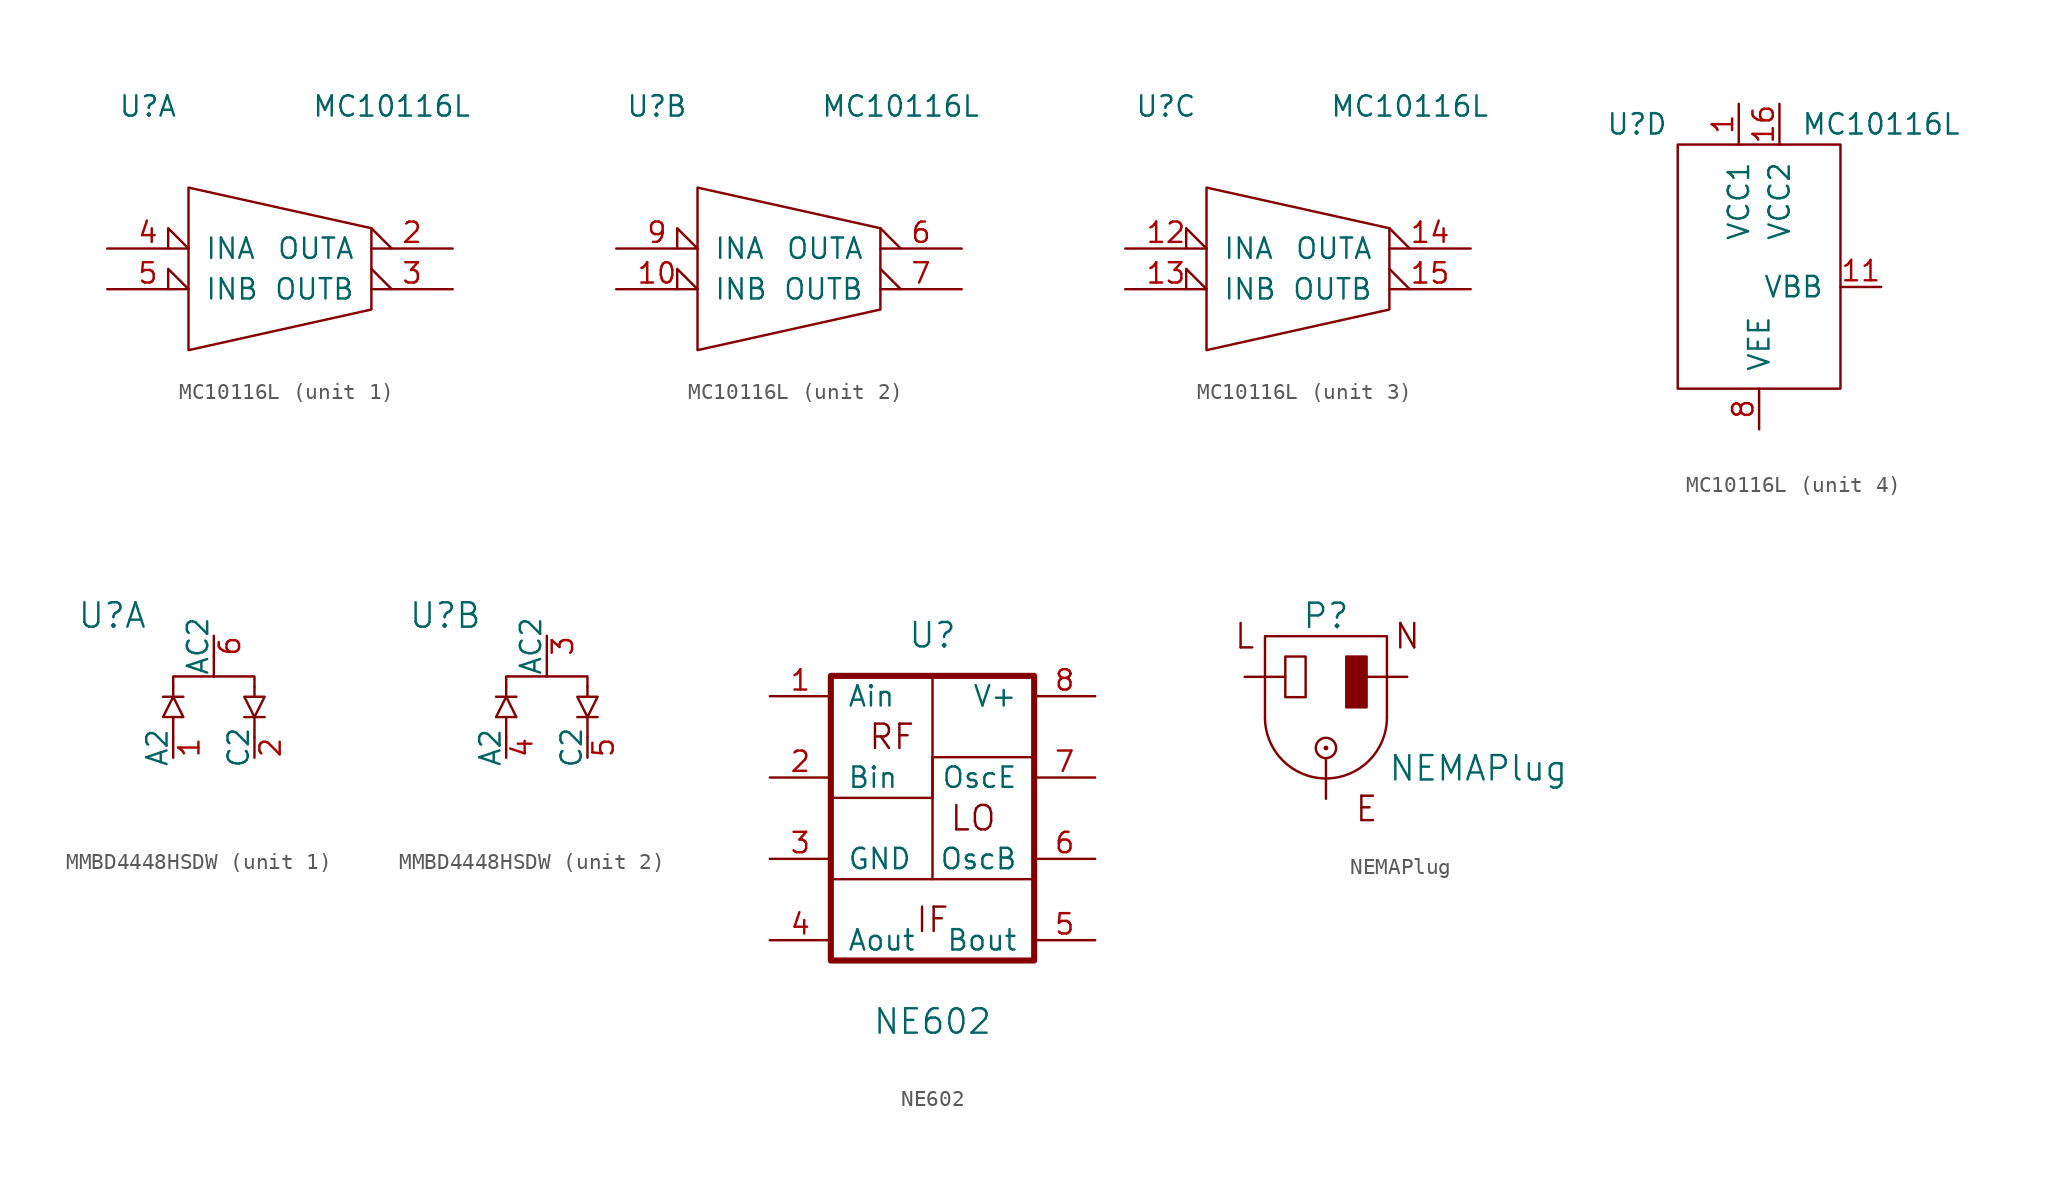
<source format=kicad_sym>
(kicad_symbol_lib
  (version 20211014)
  (generator kicad_symbol_editor)
  (symbol "MC10116L"
    (pin_names
      (offset 1.016))
    (property "Reference" "U"
      (at -7.62 10.16 0)
      (effects (font (size 1.27 1.27))))
    (property "Value" "MC10116L"
      (at 7.62 10.16 0)
      (effects (font (size 1.27 1.27))))
    (property "ki_locked" ""
      (at 0 0 0)
      (effects (font (size 1.27 1.27))))
    (symbol "MC10116L_1_1"
      (polyline (pts (xy 6.35 -2.54) (xy -5.08 -5.08) (xy -5.08 5.08) (xy 6.35 2.54) (xy 6.35 0) (xy 6.35 -2.54)) (stroke (width 0) (type default) (color 0 0 0 0)) (fill (type none)))
      (pin input output_low (at 11.43 1.27 180) (length 5.08) (name "OUTA" (effects (font (size 1.27 1.27)))) (number "2" (effects (font (size 1.27 1.27)))))
      (pin input output_low (at 11.43 -1.27 180) (length 5.08) (name "OUTB" (effects (font (size 1.27 1.27)))) (number "3" (effects (font (size 1.27 1.27)))))
      (pin input input_low (at -10.16 1.27 0) (length 5.08) (name "INA" (effects (font (size 1.27 1.27)))) (number "4" (effects (font (size 1.27 1.27)))))
      (pin input input_low (at -10.16 -1.27 0) (length 5.08) (name "INB" (effects (font (size 1.27 1.27)))) (number "5" (effects (font (size 1.27 1.27))))))
    (symbol "MC10116L_2_1"
      (polyline (pts (xy 6.35 -2.54) (xy -5.08 -5.08) (xy -5.08 5.08) (xy 6.35 2.54) (xy 6.35 0) (xy 6.35 -2.54)) (stroke (width 0) (type default) (color 0 0 0 0)) (fill (type none)))
      (pin input input_low (at -10.16 -1.27 0) (length 5.08) (name "INB" (effects (font (size 1.27 1.27)))) (number "10" (effects (font (size 1.27 1.27)))))
      (pin input output_low (at 11.43 1.27 180) (length 5.08) (name "OUTA" (effects (font (size 1.27 1.27)))) (number "6" (effects (font (size 1.27 1.27)))))
      (pin input output_low (at 11.43 -1.27 180) (length 5.08) (name "OUTB" (effects (font (size 1.27 1.27)))) (number "7" (effects (font (size 1.27 1.27)))))
      (pin input input_low (at -10.16 1.27 0) (length 5.08) (name "INA" (effects (font (size 1.27 1.27)))) (number "9" (effects (font (size 1.27 1.27))))))
    (symbol "MC10116L_3_1"
      (polyline (pts (xy 6.35 -2.54) (xy -5.08 -5.08) (xy -5.08 5.08) (xy 6.35 2.54) (xy 6.35 0) (xy 6.35 -2.54)) (stroke (width 0) (type default) (color 0 0 0 0)) (fill (type none)))
      (pin input input_low (at -10.16 1.27 0) (length 5.08) (name "INA" (effects (font (size 1.27 1.27)))) (number "12" (effects (font (size 1.27 1.27)))))
      (pin input input_low (at -10.16 -1.27 0) (length 5.08) (name "INB" (effects (font (size 1.27 1.27)))) (number "13" (effects (font (size 1.27 1.27)))))
      (pin input output_low (at 11.43 1.27 180) (length 5.08) (name "OUTA" (effects (font (size 1.27 1.27)))) (number "14" (effects (font (size 1.27 1.27)))))
      (pin input output_low (at 11.43 -1.27 180) (length 5.08) (name "OUTB" (effects (font (size 1.27 1.27)))) (number "15" (effects (font (size 1.27 1.27))))))
    (symbol "MC10116L_4_1"
      (rectangle (start 5.08 8.89) (end -5.08 -6.35) (stroke (width 0) (type default) (color 0 0 0 0)) (fill (type none)))
      (pin power_in line (at -1.27 11.43 270) (length 2.54) (name "VCC1" (effects (font (size 1.27 1.27)))) (number "1" (effects (font (size 1.27 1.27)))))
      (pin input line (at 7.62 0 180) (length 2.54) (name "VBB" (effects (font (size 1.27 1.27)))) (number "11" (effects (font (size 1.27 1.27)))))
      (pin power_in line (at 1.27 11.43 270) (length 2.54) (name "VCC2" (effects (font (size 1.27 1.27)))) (number "16" (effects (font (size 1.27 1.27)))))
      (pin power_in line (at 0 -8.89 90) (length 2.54) (name "VEE" (effects (font (size 1.27 1.27)))) (number "8" (effects (font (size 1.27 1.27)))))))
  (symbol "MMBD4448HSDW"
    (pin_names
      (offset 0))
    (property "Reference" "U"
      (at -6.35 5.08 0)
      (effects (font (size 1.524 1.524))))
    (property "Footprint" ""
      (at 5.08 -7.62 0)
      (effects (font (size 1.524 1.524))))
    (property "Datasheet" ""
      (at 5.08 -7.62 0)
      (effects (font (size 1.524 1.524))))
    (symbol "MMBD4448HSDW_0_1"
      (polyline (pts (xy -2.54 -2.54) (xy -2.54 -1.27)) (stroke (width 0) (type default) (color 0 0 0 0)) (fill (type none)))
      (polyline (pts (xy 0 1.27) (xy 0 2.54)) (stroke (width 0) (type default) (color 0 0 0 0)) (fill (type none)))
      (polyline (pts (xy 2.54 0) (xy 2.54 0.635)) (stroke (width 0) (type default) (color 0 0 0 0)) (fill (type none)))
      (polyline (pts (xy -2.54 0.635) (xy -2.54 0) (xy -3.175 0)) (stroke (width 0) (type default) (color 0 0 0 0)) (fill (type none)))
      (polyline (pts (xy 1.905 -1.27) (xy 2.54 -1.27) (xy 2.54 -2.54)) (stroke (width 0) (type default) (color 0 0 0 0)) (fill (type none)))
      (polyline (pts (xy -2.54 0.635) (xy -2.54 1.27) (xy 2.54 1.27) (xy 2.54 0.635)) (stroke (width 0) (type default) (color 0 0 0 0)) (fill (type none)))
      (polyline (pts (xy -1.905 0) (xy -2.54 0) (xy -3.175 -1.27) (xy -1.905 -1.27) (xy -2.54 0)) (stroke (width 0) (type default) (color 0 0 0 0)) (fill (type none)))
      (polyline (pts (xy 3.175 -1.27) (xy 2.54 -1.27) (xy 1.905 0) (xy 3.175 0) (xy 2.54 -1.27)) (stroke (width 0) (type default) (color 0 0 0 0)) (fill (type none))))
    (symbol "MMBD4448HSDW_1_1"
      (pin passive line (at -2.54 -3.81 90) (length 1.27) (name "A2" (effects (font (size 1.27 1.27)))) (number "1" (effects (font (size 1.27 1.27)))))
      (pin passive line (at 2.54 -3.81 90) (length 1.27) (name "C2" (effects (font (size 1.27 1.27)))) (number "2" (effects (font (size 1.27 1.27)))))
      (pin passive line (at 0 3.81 270) (length 1.27) (name "AC2" (effects (font (size 1.27 1.27)))) (number "6" (effects (font (size 1.27 1.27))))))
    (symbol "MMBD4448HSDW_2_1"
      (pin passive line (at 0 3.81 270) (length 1.27) (name "AC2" (effects (font (size 1.27 1.27)))) (number "3" (effects (font (size 1.27 1.27)))))
      (pin passive line (at -2.54 -3.81 90) (length 1.27) (name "A2" (effects (font (size 1.27 1.27)))) (number "4" (effects (font (size 1.27 1.27)))))
      (pin passive line (at 2.54 -3.81 90) (length 1.27) (name "C2" (effects (font (size 1.27 1.27)))) (number "5" (effects (font (size 1.27 1.27)))))))
  (symbol "NE602"
    (pin_names
      (offset 1.016))
    (property "Reference" "U"
      (at 0 11.43 0)
      (effects (font (size 1.524 1.524))))
    (property "Value" "NE602"
      (at 0 -12.7 0)
      (effects (font (size 1.524 1.524))))
    (property "Footprint" ""
      (at 0 0 0)
      (effects (font (size 1.524 1.524))))
    (property "Datasheet" ""
      (at 0 0 0)
      (effects (font (size 1.524 1.524))))
    (symbol "NE602_0_0"
      (polyline (pts (xy 0 -3.81) (xy -6.35 -3.81)) (stroke (width 0) (type default) (color 0 0 0 0)) (fill (type none)))
      (polyline (pts (xy 0 8.89) (xy 0 1.27) (xy -6.35 1.27)) (stroke (width 0) (type default) (color 0 0 0 0)) (fill (type none)))
      (polyline (pts (xy 6.35 3.81) (xy 0 3.81) (xy 0 -3.81) (xy 6.35 -3.81)) (stroke (width 0) (type default) (color 0 0 0 0)) (fill (type none)))
      (polyline (pts (xy -6.35 8.89) (xy 6.35 8.89) (xy 6.35 -8.89) (xy -6.35 -8.89) (xy -6.35 8.89)) (stroke (width 0.381) (type default) (color 0 0 0 0)) (fill (type none)))
      (text "IF" (at 0 -6.35 0) (effects (font (size 1.524 1.524))))
      (text "LO" (at 2.54 0 0) (effects (font (size 1.524 1.524))))
      (text "RF" (at -2.54 5.08 0) (effects (font (size 1.524 1.524)))))
    (symbol "NE602_1_1"
      (pin input line (at -10.16 7.62 0) (length 3.81) (name "Ain" (effects (font (size 1.27 1.27)))) (number "1" (effects (font (size 1.27 1.27)))))
      (pin input line (at -10.16 2.54 0) (length 3.81) (name "Bin" (effects (font (size 1.27 1.27)))) (number "2" (effects (font (size 1.27 1.27)))))
      (pin input line (at -10.16 -2.54 0) (length 3.81) (name "GND" (effects (font (size 1.27 1.27)))) (number "3" (effects (font (size 1.27 1.27)))))
      (pin input line (at -10.16 -7.62 0) (length 3.81) (name "Aout" (effects (font (size 1.27 1.27)))) (number "4" (effects (font (size 1.27 1.27)))))
      (pin input line (at 10.16 -7.62 180) (length 3.81) (name "Bout" (effects (font (size 1.27 1.27)))) (number "5" (effects (font (size 1.27 1.27)))))
      (pin input line (at 10.16 -2.54 180) (length 3.81) (name "OscB" (effects (font (size 1.27 1.27)))) (number "6" (effects (font (size 1.27 1.27)))))
      (pin input line (at 10.16 2.54 180) (length 3.81) (name "OscE" (effects (font (size 1.27 1.27)))) (number "7" (effects (font (size 1.27 1.27)))))
      (pin input line (at 10.16 7.62 180) (length 3.81) (name "V+" (effects (font (size 1.27 1.27)))) (number "8" (effects (font (size 1.27 1.27)))))))
  (symbol "NEMAPlug"
    (pin_numbers hide)
    (pin_names
      (offset 1.016) hide)
    (property "Reference" "P"
      (at 0 5.08 0)
      (effects (font (size 1.524 1.524))))
    (property "Value" "NEMAPlug"
      (at 9.525 -4.445 0)
      (effects (font (size 1.524 1.524))))
    (property "Footprint" ""
      (at 0 -0.635 0)
      (effects (font (size 1.524 1.524))))
    (property "Datasheet" ""
      (at 0 -0.635 0)
      (effects (font (size 1.524 1.524))))
    (symbol "NEMAPlug_0_0"
      (text "E" (at 2.54 -6.985 0) (effects (font (size 1.524 1.524))))
      (text "L" (at -5.08 3.81 0) (effects (font (size 1.524 1.524))))
      (text "N" (at 5.08 3.81 0) (effects (font (size 1.524 1.524)))))
    (symbol "NEMAPlug_0_1"
      (arc (start -3.81 -1.27) (mid -2.6941 -3.9641) (end 0 -5.08) (stroke (width 0) (type default) (color 0 0 0 0)) (fill (type none)))
      (rectangle (start -1.27 0) (end -2.54 2.54) (stroke (width 0) (type default) (color 0 0 0 0)) (fill (type none)))
      (arc (start 0 -5.08) (mid 2.6941 -3.9641) (end 3.81 -1.27) (stroke (width 0) (type default) (color 0 0 0 0)) (fill (type none)))
      (circle (center 0 -3.175) (radius 0.0001) (stroke (width 0) (type default) (color 0 0 0 0)) (fill (type none)))
      (circle (center 0 -3.175) (radius 0.635) (stroke (width 0) (type default) (color 0 0 0 0)) (fill (type none)))
      (polyline (pts (xy 3.81 -1.27) (xy 3.81 3.81) (xy -3.81 3.81) (xy -3.81 -1.27)) (stroke (width 0) (type default) (color 0 0 0 0)) (fill (type none)))
      (rectangle (start 1.27 2.54) (end 2.54 -0.635) (stroke (width 0) (type default) (color 0 0 0 0)) (fill (type outline))))
    (symbol "NEMAPlug_1_1"
      (pin passive line (at -5.08 1.27 0) (length 2.54) (name "Line" (effects (font (size 1.016 1.016)))) (number "1" (effects (font (size 1.016 1.016)))))
      (pin passive line (at 5.08 1.27 180) (length 2.54) (name "Neutral" (effects (font (size 1.016 1.016)))) (number "2" (effects (font (size 1.016 1.016)))))
      (pin passive line (at 0 -6.35 90) (length 2.54) (name "Earth" (effects (font (size 1.016 1.016)))) (number "3" (effects (font (size 1.016 1.016))))))))
</source>
